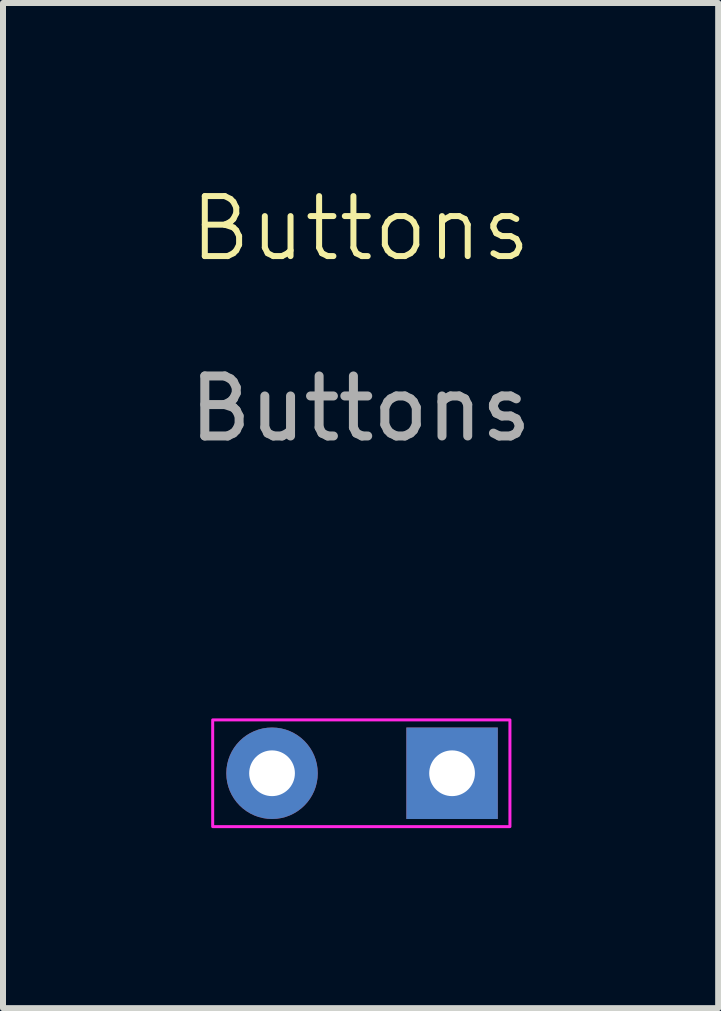
<source format=kicad_pcb>
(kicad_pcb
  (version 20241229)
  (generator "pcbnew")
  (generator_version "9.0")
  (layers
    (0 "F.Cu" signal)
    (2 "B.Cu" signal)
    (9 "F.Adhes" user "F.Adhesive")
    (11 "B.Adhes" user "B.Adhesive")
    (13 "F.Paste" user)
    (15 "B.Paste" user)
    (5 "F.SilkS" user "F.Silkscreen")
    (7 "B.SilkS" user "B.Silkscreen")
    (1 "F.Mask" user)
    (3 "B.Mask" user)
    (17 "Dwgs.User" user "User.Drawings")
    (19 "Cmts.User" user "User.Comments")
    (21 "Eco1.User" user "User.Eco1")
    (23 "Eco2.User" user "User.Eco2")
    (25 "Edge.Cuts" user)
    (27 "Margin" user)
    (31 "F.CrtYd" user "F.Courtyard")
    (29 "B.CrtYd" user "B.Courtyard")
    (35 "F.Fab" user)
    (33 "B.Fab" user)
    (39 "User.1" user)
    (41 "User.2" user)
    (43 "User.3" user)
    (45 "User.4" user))
  (footprint "Buttons"
    (layer "F.Cu")
    (at 2.983 9.835)
    (property "Reference" "Buttons" (at -0.025 -9.075 0) (unlocked yes) (layer "F.SilkS") (effects (font (size 1 1) (thickness 0.1))))
    (attr through_hole)
    (fp_rect (start -2.489 -0.889) (end 2.464 0.889) (stroke (width 0.05) (type default)) (fill no) (layer "F.CrtYd"))
    (fp_text user "${REFERENCE}" (at -0.025 -6.075 0) (unlocked yes) (layer "F.Fab") (effects (font (size 1 1) (thickness 0.15))))
    (pad "1" thru_hole circle (at -1.5 0) (size 1.524 1.524) (drill 0.762) (layers "*.Cu" "*.Mask"))
    (pad "2" thru_hole rect (at 1.5 0) (size 1.524 1.524) (drill 0.762) (layers "*.Cu" "*.Mask")))
  (gr_rect
    (start -3 -3)
    (end 8.917 13.749)
    (stroke (width 0.1) (type default))
    (fill no)
    (layer "Edge.Cuts")))
</source>
